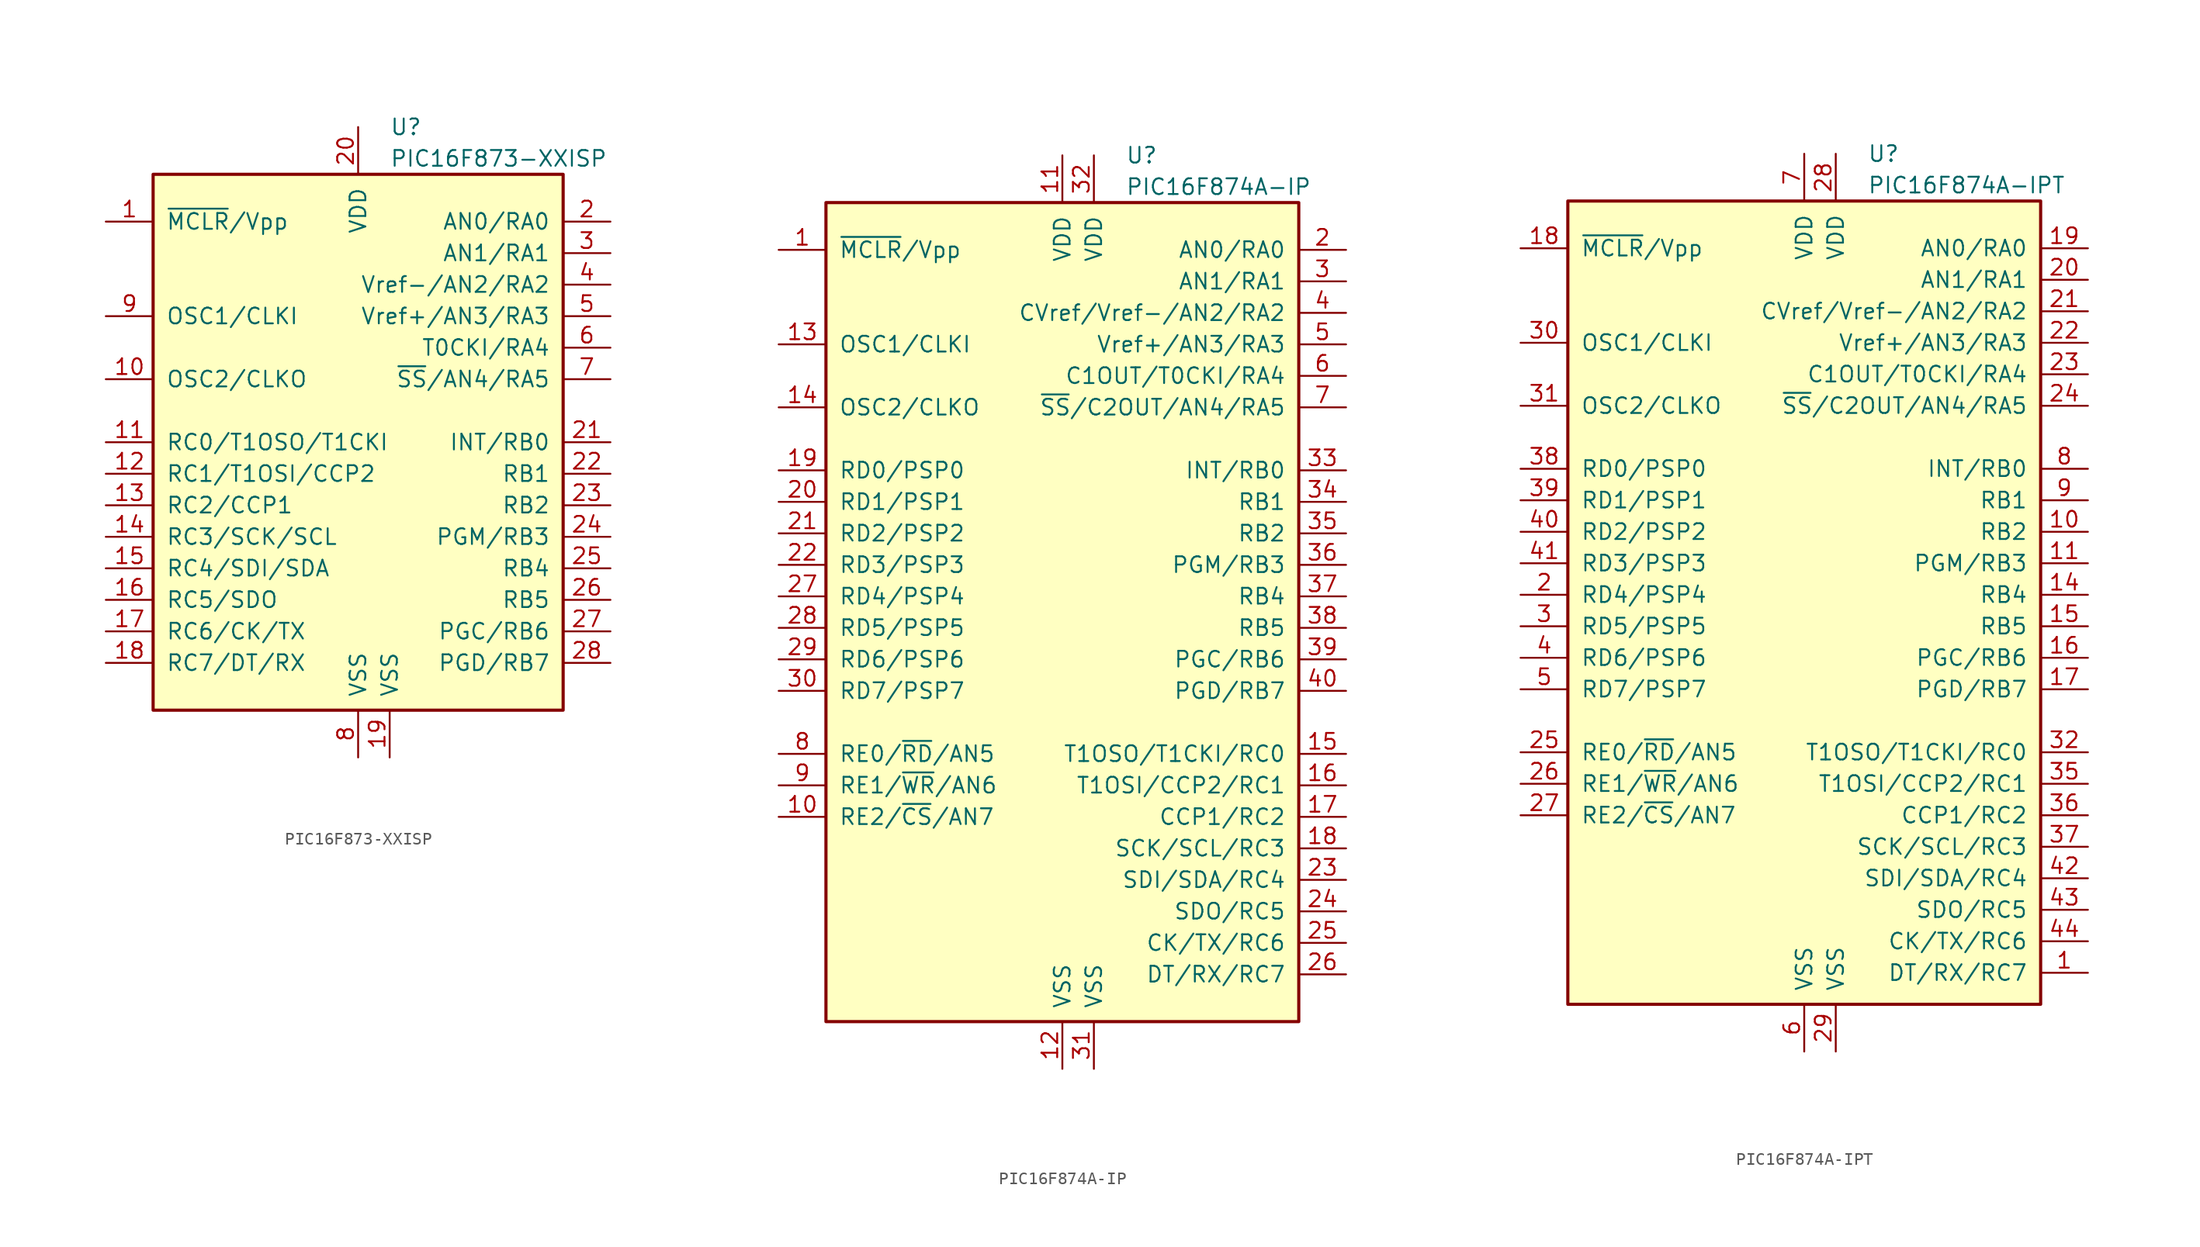
<source format=kicad_sym>
(kicad_symbol_lib
  (version 20220914)
  (generator kicad_symbol_editor)
  (symbol "PIC16F873-XXISP"
    (pin_names
      (offset 1.016))
    (property "Reference" "U"
      (at 2.54 25.4 0)
      (effects (font (size 1.27 1.27)) (justify left)))
    (property "Value" "PIC16F873-XXISP"
      (at 2.54 22.86 0)
      (effects (font (size 1.27 1.27)) (justify left)))
    (symbol "PIC16F873-XXISP_0_1"
      (rectangle (start -16.51 21.59) (end 16.51 -21.59) (stroke (width 0.254) (type default)) (fill (type background))))
    (symbol "PIC16F873-XXISP_1_1"
      (pin input line (at -20.32 17.78 0) (length 3.81) (name "~{MCLR}/Vpp" (effects (font (size 1.27 1.27)))) (number "1" (effects (font (size 1.27 1.27)))))
      (pin output line (at -20.32 5.08 0) (length 3.81) (name "OSC2/CLKO" (effects (font (size 1.27 1.27)))) (number "10" (effects (font (size 1.27 1.27)))))
      (pin bidirectional line (at -20.32 0 0) (length 3.81) (name "RC0/T1OSO/T1CKI" (effects (font (size 1.27 1.27)))) (number "11" (effects (font (size 1.27 1.27)))))
      (pin bidirectional line (at -20.32 -2.54 0) (length 3.81) (name "RC1/T1OSI/CCP2" (effects (font (size 1.27 1.27)))) (number "12" (effects (font (size 1.27 1.27)))))
      (pin bidirectional line (at -20.32 -5.08 0) (length 3.81) (name "RC2/CCP1" (effects (font (size 1.27 1.27)))) (number "13" (effects (font (size 1.27 1.27)))))
      (pin bidirectional line (at -20.32 -7.62 0) (length 3.81) (name "RC3/SCK/SCL" (effects (font (size 1.27 1.27)))) (number "14" (effects (font (size 1.27 1.27)))))
      (pin bidirectional line (at -20.32 -10.16 0) (length 3.81) (name "RC4/SDI/SDA" (effects (font (size 1.27 1.27)))) (number "15" (effects (font (size 1.27 1.27)))))
      (pin bidirectional line (at -20.32 -12.7 0) (length 3.81) (name "RC5/SDO" (effects (font (size 1.27 1.27)))) (number "16" (effects (font (size 1.27 1.27)))))
      (pin bidirectional line (at -20.32 -15.24 0) (length 3.81) (name "RC6/CK/TX" (effects (font (size 1.27 1.27)))) (number "17" (effects (font (size 1.27 1.27)))))
      (pin bidirectional line (at -20.32 -17.78 0) (length 3.81) (name "RC7/DT/RX" (effects (font (size 1.27 1.27)))) (number "18" (effects (font (size 1.27 1.27)))))
      (pin power_in line (at 2.54 -25.4 90) (length 3.81) (name "VSS" (effects (font (size 1.27 1.27)))) (number "19" (effects (font (size 1.27 1.27)))))
      (pin bidirectional line (at 20.32 17.78 180) (length 3.81) (name "AN0/RA0" (effects (font (size 1.27 1.27)))) (number "2" (effects (font (size 1.27 1.27)))))
      (pin power_in line (at 0 25.4 270) (length 3.81) (name "VDD" (effects (font (size 1.27 1.27)))) (number "20" (effects (font (size 1.27 1.27)))))
      (pin bidirectional line (at 20.32 0 180) (length 3.81) (name "INT/RB0" (effects (font (size 1.27 1.27)))) (number "21" (effects (font (size 1.27 1.27)))))
      (pin bidirectional line (at 20.32 -2.54 180) (length 3.81) (name "RB1" (effects (font (size 1.27 1.27)))) (number "22" (effects (font (size 1.27 1.27)))))
      (pin bidirectional line (at 20.32 -5.08 180) (length 3.81) (name "RB2" (effects (font (size 1.27 1.27)))) (number "23" (effects (font (size 1.27 1.27)))))
      (pin bidirectional line (at 20.32 -7.62 180) (length 3.81) (name "PGM/RB3" (effects (font (size 1.27 1.27)))) (number "24" (effects (font (size 1.27 1.27)))))
      (pin bidirectional line (at 20.32 -10.16 180) (length 3.81) (name "RB4" (effects (font (size 1.27 1.27)))) (number "25" (effects (font (size 1.27 1.27)))))
      (pin bidirectional line (at 20.32 -12.7 180) (length 3.81) (name "RB5" (effects (font (size 1.27 1.27)))) (number "26" (effects (font (size 1.27 1.27)))))
      (pin bidirectional line (at 20.32 -15.24 180) (length 3.81) (name "PGC/RB6" (effects (font (size 1.27 1.27)))) (number "27" (effects (font (size 1.27 1.27)))))
      (pin bidirectional line (at 20.32 -17.78 180) (length 3.81) (name "PGD/RB7" (effects (font (size 1.27 1.27)))) (number "28" (effects (font (size 1.27 1.27)))))
      (pin bidirectional line (at 20.32 15.24 180) (length 3.81) (name "AN1/RA1" (effects (font (size 1.27 1.27)))) (number "3" (effects (font (size 1.27 1.27)))))
      (pin bidirectional line (at 20.32 12.7 180) (length 3.81) (name "Vref-/AN2/RA2" (effects (font (size 1.27 1.27)))) (number "4" (effects (font (size 1.27 1.27)))))
      (pin bidirectional line (at 20.32 10.16 180) (length 3.81) (name "Vref+/AN3/RA3" (effects (font (size 1.27 1.27)))) (number "5" (effects (font (size 1.27 1.27)))))
      (pin bidirectional line (at 20.32 7.62 180) (length 3.81) (name "T0CKI/RA4" (effects (font (size 1.27 1.27)))) (number "6" (effects (font (size 1.27 1.27)))))
      (pin bidirectional line (at 20.32 5.08 180) (length 3.81) (name "~{SS}/AN4/RA5" (effects (font (size 1.27 1.27)))) (number "7" (effects (font (size 1.27 1.27)))))
      (pin power_in line (at 0 -25.4 90) (length 3.81) (name "VSS" (effects (font (size 1.27 1.27)))) (number "8" (effects (font (size 1.27 1.27)))))
      (pin input line (at -20.32 10.16 0) (length 3.81) (name "OSC1/CLKI" (effects (font (size 1.27 1.27)))) (number "9" (effects (font (size 1.27 1.27)))))))
  (symbol "PIC16F874A-IP"
    (pin_names
      (offset 1.016))
    (property "Reference" "U"
      (at 5.08 35.56 0)
      (effects (font (size 1.27 1.27)) (justify left)))
    (property "Value" "PIC16F874A-IP"
      (at 5.08 33.02 0)
      (effects (font (size 1.27 1.27)) (justify left)))
    (symbol "PIC16F874A-IP_0_1"
      (rectangle (start -19.05 31.75) (end 19.05 -34.29) (stroke (width 0.254) (type default)) (fill (type background))))
    (symbol "PIC16F874A-IP_1_1"
      (pin input line (at -22.86 27.94 0) (length 3.81) (name "~{MCLR}/Vpp" (effects (font (size 1.27 1.27)))) (number "1" (effects (font (size 1.27 1.27)))))
      (pin bidirectional line (at -22.86 -17.78 0) (length 3.81) (name "RE2/~{CS}/AN7" (effects (font (size 1.27 1.27)))) (number "10" (effects (font (size 1.27 1.27)))))
      (pin power_in line (at 0 35.56 270) (length 3.81) (name "VDD" (effects (font (size 1.27 1.27)))) (number "11" (effects (font (size 1.27 1.27)))))
      (pin power_in line (at 0 -38.1 90) (length 3.81) (name "VSS" (effects (font (size 1.27 1.27)))) (number "12" (effects (font (size 1.27 1.27)))))
      (pin input line (at -22.86 20.32 0) (length 3.81) (name "OSC1/CLKI" (effects (font (size 1.27 1.27)))) (number "13" (effects (font (size 1.27 1.27)))))
      (pin output line (at -22.86 15.24 0) (length 3.81) (name "OSC2/CLKO" (effects (font (size 1.27 1.27)))) (number "14" (effects (font (size 1.27 1.27)))))
      (pin bidirectional line (at 22.86 -12.7 180) (length 3.81) (name "T1OSO/T1CKI/RC0" (effects (font (size 1.27 1.27)))) (number "15" (effects (font (size 1.27 1.27)))))
      (pin bidirectional line (at 22.86 -15.24 180) (length 3.81) (name "T1OSI/CCP2/RC1" (effects (font (size 1.27 1.27)))) (number "16" (effects (font (size 1.27 1.27)))))
      (pin bidirectional line (at 22.86 -17.78 180) (length 3.81) (name "CCP1/RC2" (effects (font (size 1.27 1.27)))) (number "17" (effects (font (size 1.27 1.27)))))
      (pin bidirectional line (at 22.86 -20.32 180) (length 3.81) (name "SCK/SCL/RC3" (effects (font (size 1.27 1.27)))) (number "18" (effects (font (size 1.27 1.27)))))
      (pin bidirectional line (at -22.86 10.16 0) (length 3.81) (name "RD0/PSP0" (effects (font (size 1.27 1.27)))) (number "19" (effects (font (size 1.27 1.27)))))
      (pin bidirectional line (at 22.86 27.94 180) (length 3.81) (name "AN0/RA0" (effects (font (size 1.27 1.27)))) (number "2" (effects (font (size 1.27 1.27)))))
      (pin bidirectional line (at -22.86 7.62 0) (length 3.81) (name "RD1/PSP1" (effects (font (size 1.27 1.27)))) (number "20" (effects (font (size 1.27 1.27)))))
      (pin bidirectional line (at -22.86 5.08 0) (length 3.81) (name "RD2/PSP2" (effects (font (size 1.27 1.27)))) (number "21" (effects (font (size 1.27 1.27)))))
      (pin bidirectional line (at -22.86 2.54 0) (length 3.81) (name "RD3/PSP3" (effects (font (size 1.27 1.27)))) (number "22" (effects (font (size 1.27 1.27)))))
      (pin bidirectional line (at 22.86 -22.86 180) (length 3.81) (name "SDI/SDA/RC4" (effects (font (size 1.27 1.27)))) (number "23" (effects (font (size 1.27 1.27)))))
      (pin bidirectional line (at 22.86 -25.4 180) (length 3.81) (name "SDO/RC5" (effects (font (size 1.27 1.27)))) (number "24" (effects (font (size 1.27 1.27)))))
      (pin bidirectional line (at 22.86 -27.94 180) (length 3.81) (name "CK/TX/RC6" (effects (font (size 1.27 1.27)))) (number "25" (effects (font (size 1.27 1.27)))))
      (pin bidirectional line (at 22.86 -30.48 180) (length 3.81) (name "DT/RX/RC7" (effects (font (size 1.27 1.27)))) (number "26" (effects (font (size 1.27 1.27)))))
      (pin bidirectional line (at -22.86 0 0) (length 3.81) (name "RD4/PSP4" (effects (font (size 1.27 1.27)))) (number "27" (effects (font (size 1.27 1.27)))))
      (pin bidirectional line (at -22.86 -2.54 0) (length 3.81) (name "RD5/PSP5" (effects (font (size 1.27 1.27)))) (number "28" (effects (font (size 1.27 1.27)))))
      (pin bidirectional line (at -22.86 -5.08 0) (length 3.81) (name "RD6/PSP6" (effects (font (size 1.27 1.27)))) (number "29" (effects (font (size 1.27 1.27)))))
      (pin bidirectional line (at 22.86 25.4 180) (length 3.81) (name "AN1/RA1" (effects (font (size 1.27 1.27)))) (number "3" (effects (font (size 1.27 1.27)))))
      (pin bidirectional line (at -22.86 -7.62 0) (length 3.81) (name "RD7/PSP7" (effects (font (size 1.27 1.27)))) (number "30" (effects (font (size 1.27 1.27)))))
      (pin power_in line (at 2.54 -38.1 90) (length 3.81) (name "VSS" (effects (font (size 1.27 1.27)))) (number "31" (effects (font (size 1.27 1.27)))))
      (pin power_in line (at 2.54 35.56 270) (length 3.81) (name "VDD" (effects (font (size 1.27 1.27)))) (number "32" (effects (font (size 1.27 1.27)))))
      (pin bidirectional line (at 22.86 10.16 180) (length 3.81) (name "INT/RB0" (effects (font (size 1.27 1.27)))) (number "33" (effects (font (size 1.27 1.27)))))
      (pin bidirectional line (at 22.86 7.62 180) (length 3.81) (name "RB1" (effects (font (size 1.27 1.27)))) (number "34" (effects (font (size 1.27 1.27)))))
      (pin bidirectional line (at 22.86 5.08 180) (length 3.81) (name "RB2" (effects (font (size 1.27 1.27)))) (number "35" (effects (font (size 1.27 1.27)))))
      (pin bidirectional line (at 22.86 2.54 180) (length 3.81) (name "PGM/RB3" (effects (font (size 1.27 1.27)))) (number "36" (effects (font (size 1.27 1.27)))))
      (pin bidirectional line (at 22.86 0 180) (length 3.81) (name "RB4" (effects (font (size 1.27 1.27)))) (number "37" (effects (font (size 1.27 1.27)))))
      (pin bidirectional line (at 22.86 -2.54 180) (length 3.81) (name "RB5" (effects (font (size 1.27 1.27)))) (number "38" (effects (font (size 1.27 1.27)))))
      (pin bidirectional line (at 22.86 -5.08 180) (length 3.81) (name "PGC/RB6" (effects (font (size 1.27 1.27)))) (number "39" (effects (font (size 1.27 1.27)))))
      (pin bidirectional line (at 22.86 22.86 180) (length 3.81) (name "CVref/Vref-/AN2/RA2" (effects (font (size 1.27 1.27)))) (number "4" (effects (font (size 1.27 1.27)))))
      (pin bidirectional line (at 22.86 -7.62 180) (length 3.81) (name "PGD/RB7" (effects (font (size 1.27 1.27)))) (number "40" (effects (font (size 1.27 1.27)))))
      (pin bidirectional line (at 22.86 20.32 180) (length 3.81) (name "Vref+/AN3/RA3" (effects (font (size 1.27 1.27)))) (number "5" (effects (font (size 1.27 1.27)))))
      (pin bidirectional line (at 22.86 17.78 180) (length 3.81) (name "C1OUT/T0CKI/RA4" (effects (font (size 1.27 1.27)))) (number "6" (effects (font (size 1.27 1.27)))))
      (pin bidirectional line (at 22.86 15.24 180) (length 3.81) (name "~{SS}/C2OUT/AN4/RA5" (effects (font (size 1.27 1.27)))) (number "7" (effects (font (size 1.27 1.27)))))
      (pin bidirectional line (at -22.86 -12.7 0) (length 3.81) (name "RE0/~{RD}/AN5" (effects (font (size 1.27 1.27)))) (number "8" (effects (font (size 1.27 1.27)))))
      (pin bidirectional line (at -22.86 -15.24 0) (length 3.81) (name "RE1/~{WR}/AN6" (effects (font (size 1.27 1.27)))) (number "9" (effects (font (size 1.27 1.27)))))))
  (symbol "PIC16F874A-IPT"
    (pin_names
      (offset 1.016))
    (property "Reference" "U"
      (at 5.08 35.56 0)
      (effects (font (size 1.27 1.27)) (justify left)))
    (property "Value" "PIC16F874A-IPT"
      (at 5.08 33.02 0)
      (effects (font (size 1.27 1.27)) (justify left)))
    (symbol "PIC16F874A-IPT_0_1"
      (rectangle (start -19.05 31.75) (end 19.05 -33.02) (stroke (width 0.254) (type default)) (fill (type background))))
    (symbol "PIC16F874A-IPT_1_1"
      (pin bidirectional line (at 22.86 -30.48 180) (length 3.81) (name "DT/RX/RC7" (effects (font (size 1.27 1.27)))) (number "1" (effects (font (size 1.27 1.27)))))
      (pin bidirectional line (at 22.86 5.08 180) (length 3.81) (name "RB2" (effects (font (size 1.27 1.27)))) (number "10" (effects (font (size 1.27 1.27)))))
      (pin bidirectional line (at 22.86 2.54 180) (length 3.81) (name "PGM/RB3" (effects (font (size 1.27 1.27)))) (number "11" (effects (font (size 1.27 1.27)))))
      (pin bidirectional line (at 22.86 0 180) (length 3.81) (name "RB4" (effects (font (size 1.27 1.27)))) (number "14" (effects (font (size 1.27 1.27)))))
      (pin bidirectional line (at 22.86 -2.54 180) (length 3.81) (name "RB5" (effects (font (size 1.27 1.27)))) (number "15" (effects (font (size 1.27 1.27)))))
      (pin bidirectional line (at 22.86 -5.08 180) (length 3.81) (name "PGC/RB6" (effects (font (size 1.27 1.27)))) (number "16" (effects (font (size 1.27 1.27)))))
      (pin bidirectional line (at 22.86 -7.62 180) (length 3.81) (name "PGD/RB7" (effects (font (size 1.27 1.27)))) (number "17" (effects (font (size 1.27 1.27)))))
      (pin input line (at -22.86 27.94 0) (length 3.81) (name "~{MCLR}/Vpp" (effects (font (size 1.27 1.27)))) (number "18" (effects (font (size 1.27 1.27)))))
      (pin bidirectional line (at 22.86 27.94 180) (length 3.81) (name "AN0/RA0" (effects (font (size 1.27 1.27)))) (number "19" (effects (font (size 1.27 1.27)))))
      (pin bidirectional line (at -22.86 0 0) (length 3.81) (name "RD4/PSP4" (effects (font (size 1.27 1.27)))) (number "2" (effects (font (size 1.27 1.27)))))
      (pin bidirectional line (at 22.86 25.4 180) (length 3.81) (name "AN1/RA1" (effects (font (size 1.27 1.27)))) (number "20" (effects (font (size 1.27 1.27)))))
      (pin bidirectional line (at 22.86 22.86 180) (length 3.81) (name "CVref/Vref-/AN2/RA2" (effects (font (size 1.27 1.27)))) (number "21" (effects (font (size 1.27 1.27)))))
      (pin bidirectional line (at 22.86 20.32 180) (length 3.81) (name "Vref+/AN3/RA3" (effects (font (size 1.27 1.27)))) (number "22" (effects (font (size 1.27 1.27)))))
      (pin bidirectional line (at 22.86 17.78 180) (length 3.81) (name "C1OUT/T0CKI/RA4" (effects (font (size 1.27 1.27)))) (number "23" (effects (font (size 1.27 1.27)))))
      (pin bidirectional line (at 22.86 15.24 180) (length 3.81) (name "~{SS}/C2OUT/AN4/RA5" (effects (font (size 1.27 1.27)))) (number "24" (effects (font (size 1.27 1.27)))))
      (pin bidirectional line (at -22.86 -12.7 0) (length 3.81) (name "RE0/~{RD}/AN5" (effects (font (size 1.27 1.27)))) (number "25" (effects (font (size 1.27 1.27)))))
      (pin bidirectional line (at -22.86 -15.24 0) (length 3.81) (name "RE1/~{WR}/AN6" (effects (font (size 1.27 1.27)))) (number "26" (effects (font (size 1.27 1.27)))))
      (pin bidirectional line (at -22.86 -17.78 0) (length 3.81) (name "RE2/~{CS}/AN7" (effects (font (size 1.27 1.27)))) (number "27" (effects (font (size 1.27 1.27)))))
      (pin power_in line (at 2.54 35.56 270) (length 3.81) (name "VDD" (effects (font (size 1.27 1.27)))) (number "28" (effects (font (size 1.27 1.27)))))
      (pin power_in line (at 2.54 -36.83 90) (length 3.81) (name "VSS" (effects (font (size 1.27 1.27)))) (number "29" (effects (font (size 1.27 1.27)))))
      (pin bidirectional line (at -22.86 -2.54 0) (length 3.81) (name "RD5/PSP5" (effects (font (size 1.27 1.27)))) (number "3" (effects (font (size 1.27 1.27)))))
      (pin input line (at -22.86 20.32 0) (length 3.81) (name "OSC1/CLKI" (effects (font (size 1.27 1.27)))) (number "30" (effects (font (size 1.27 1.27)))))
      (pin output line (at -22.86 15.24 0) (length 3.81) (name "OSC2/CLKO" (effects (font (size 1.27 1.27)))) (number "31" (effects (font (size 1.27 1.27)))))
      (pin bidirectional line (at 22.86 -12.7 180) (length 3.81) (name "T1OSO/T1CKI/RC0" (effects (font (size 1.27 1.27)))) (number "32" (effects (font (size 1.27 1.27)))))
      (pin bidirectional line (at 22.86 -15.24 180) (length 3.81) (name "T1OSI/CCP2/RC1" (effects (font (size 1.27 1.27)))) (number "35" (effects (font (size 1.27 1.27)))))
      (pin bidirectional line (at 22.86 -17.78 180) (length 3.81) (name "CCP1/RC2" (effects (font (size 1.27 1.27)))) (number "36" (effects (font (size 1.27 1.27)))))
      (pin bidirectional line (at 22.86 -20.32 180) (length 3.81) (name "SCK/SCL/RC3" (effects (font (size 1.27 1.27)))) (number "37" (effects (font (size 1.27 1.27)))))
      (pin bidirectional line (at -22.86 10.16 0) (length 3.81) (name "RD0/PSP0" (effects (font (size 1.27 1.27)))) (number "38" (effects (font (size 1.27 1.27)))))
      (pin bidirectional line (at -22.86 7.62 0) (length 3.81) (name "RD1/PSP1" (effects (font (size 1.27 1.27)))) (number "39" (effects (font (size 1.27 1.27)))))
      (pin bidirectional line (at -22.86 -5.08 0) (length 3.81) (name "RD6/PSP6" (effects (font (size 1.27 1.27)))) (number "4" (effects (font (size 1.27 1.27)))))
      (pin bidirectional line (at -22.86 5.08 0) (length 3.81) (name "RD2/PSP2" (effects (font (size 1.27 1.27)))) (number "40" (effects (font (size 1.27 1.27)))))
      (pin bidirectional line (at -22.86 2.54 0) (length 3.81) (name "RD3/PSP3" (effects (font (size 1.27 1.27)))) (number "41" (effects (font (size 1.27 1.27)))))
      (pin bidirectional line (at 22.86 -22.86 180) (length 3.81) (name "SDI/SDA/RC4" (effects (font (size 1.27 1.27)))) (number "42" (effects (font (size 1.27 1.27)))))
      (pin bidirectional line (at 22.86 -25.4 180) (length 3.81) (name "SDO/RC5" (effects (font (size 1.27 1.27)))) (number "43" (effects (font (size 1.27 1.27)))))
      (pin bidirectional line (at 22.86 -27.94 180) (length 3.81) (name "CK/TX/RC6" (effects (font (size 1.27 1.27)))) (number "44" (effects (font (size 1.27 1.27)))))
      (pin bidirectional line (at -22.86 -7.62 0) (length 3.81) (name "RD7/PSP7" (effects (font (size 1.27 1.27)))) (number "5" (effects (font (size 1.27 1.27)))))
      (pin power_in line (at 0 -36.83 90) (length 3.81) (name "VSS" (effects (font (size 1.27 1.27)))) (number "6" (effects (font (size 1.27 1.27)))))
      (pin power_in line (at 0 35.56 270) (length 3.81) (name "VDD" (effects (font (size 1.27 1.27)))) (number "7" (effects (font (size 1.27 1.27)))))
      (pin bidirectional line (at 22.86 10.16 180) (length 3.81) (name "INT/RB0" (effects (font (size 1.27 1.27)))) (number "8" (effects (font (size 1.27 1.27)))))
      (pin bidirectional line (at 22.86 7.62 180) (length 3.81) (name "RB1" (effects (font (size 1.27 1.27)))) (number "9" (effects (font (size 1.27 1.27))))))))
</source>
